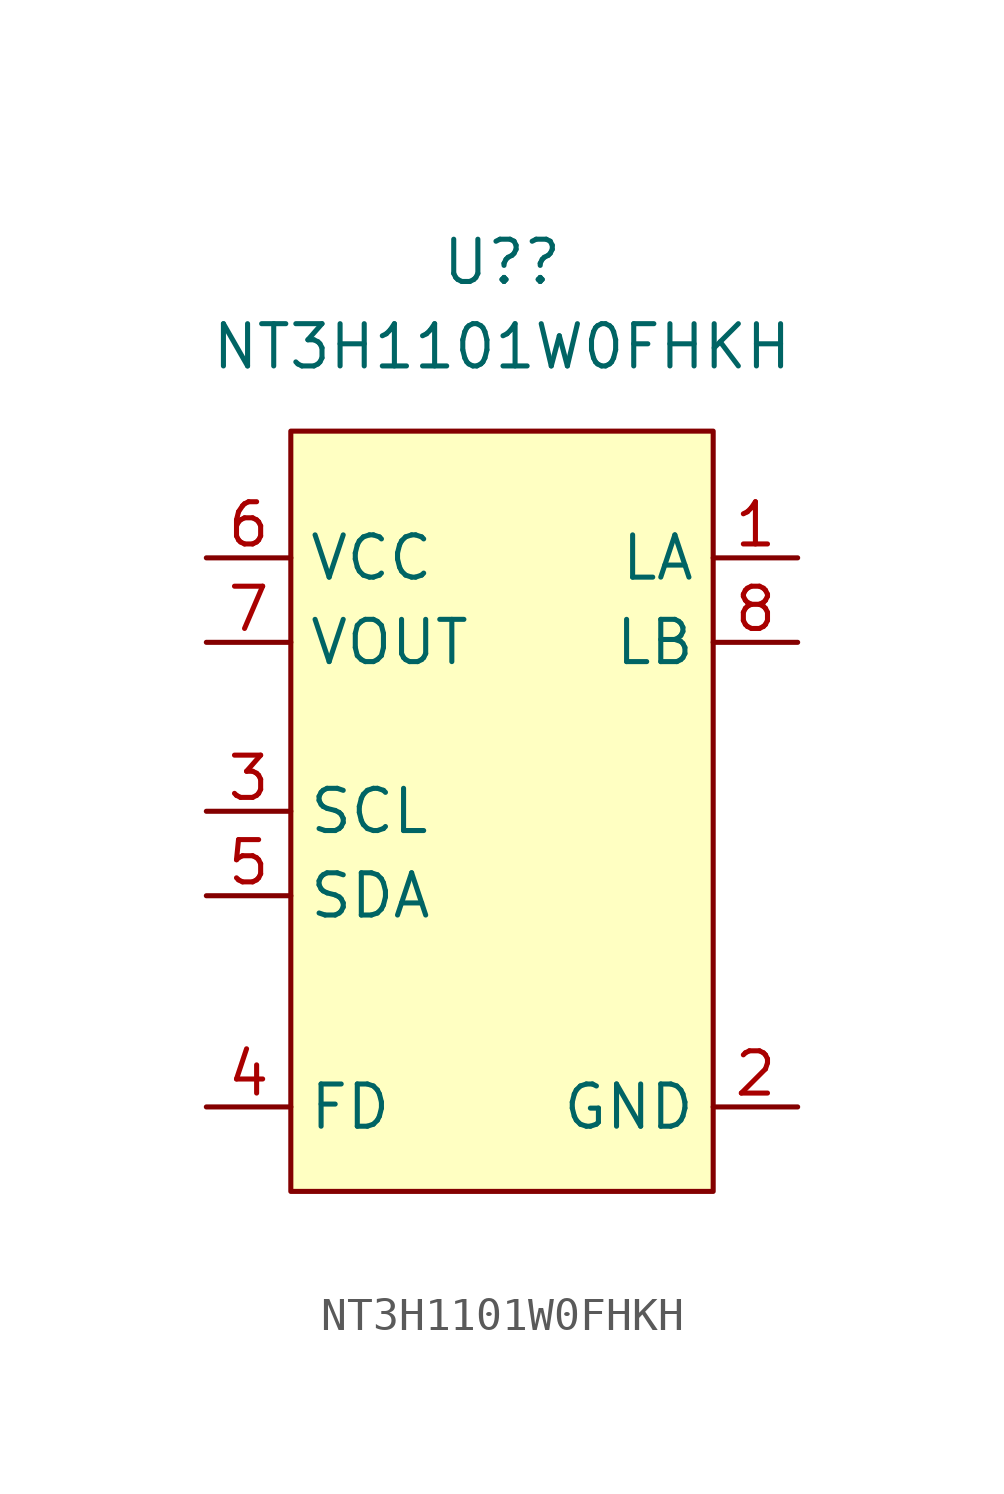
<source format=kicad_sym>
(kicad_symbol_lib
  (version 20211014)
  (generator kicad_symbol_editor)
  (symbol "NT3H1101W0FHKH"
    (property "Reference" "U?"
      (at 0 16.51 0)
      (effects (font (size 1.27 1.27))))
    (property "Value" "NT3H1101W0FHKH"
      (at 0 13.97 0)
      (effects (font (size 1.27 1.27))))
    (symbol "NT3H1101W0FHKH_0_1"
      (rectangle (start -6.35 11.43) (end 6.35 -11.43) (stroke (width 0) (type default) (color 0 0 0 0)) (fill (type background))))
    (symbol "NT3H1101W0FHKH_1_1"
      (pin input line (at 8.89 7.62 180) (length 2.54) (name "LA" (effects (font (size 1.27 1.27)))) (number "1" (effects (font (size 1.27 1.27)))))
      (pin input line (at 8.89 -8.89 180) (length 2.54) (name "GND" (effects (font (size 1.27 1.27)))) (number "2" (effects (font (size 1.27 1.27)))))
      (pin input line (at -8.89 0 0) (length 2.54) (name "SCL" (effects (font (size 1.27 1.27)))) (number "3" (effects (font (size 1.27 1.27)))))
      (pin input line (at -8.89 -8.89 0) (length 2.54) (name "FD" (effects (font (size 1.27 1.27)))) (number "4" (effects (font (size 1.27 1.27)))))
      (pin input line (at -8.89 -2.54 0) (length 2.54) (name "SDA" (effects (font (size 1.27 1.27)))) (number "5" (effects (font (size 1.27 1.27)))))
      (pin input line (at -8.89 7.62 0) (length 2.54) (name "VCC" (effects (font (size 1.27 1.27)))) (number "6" (effects (font (size 1.27 1.27)))))
      (pin input line (at -8.89 5.08 0) (length 2.54) (name "VOUT" (effects (font (size 1.27 1.27)))) (number "7" (effects (font (size 1.27 1.27)))))
      (pin input line (at 8.89 5.08 180) (length 2.54) (name "LB" (effects (font (size 1.27 1.27)))) (number "8" (effects (font (size 1.27 1.27))))))))
</source>
